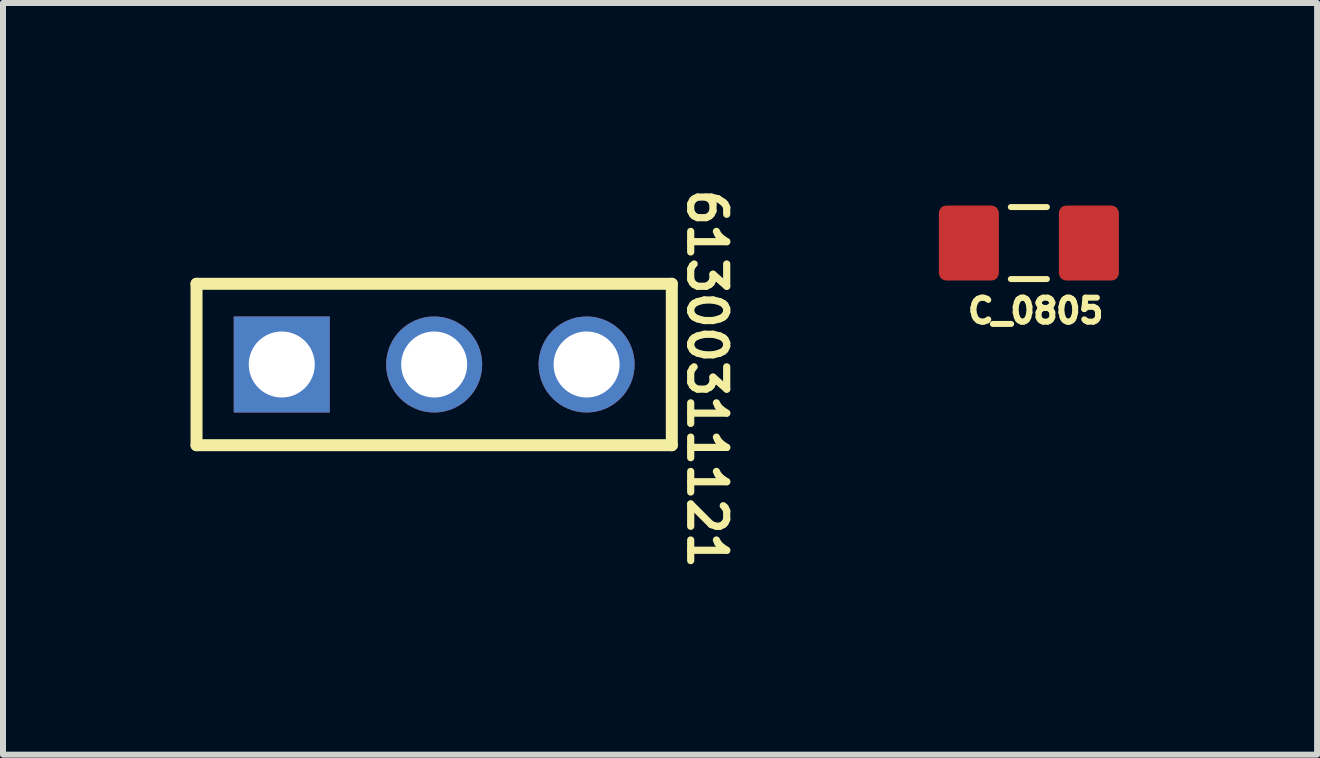
<source format=kicad_pcb>
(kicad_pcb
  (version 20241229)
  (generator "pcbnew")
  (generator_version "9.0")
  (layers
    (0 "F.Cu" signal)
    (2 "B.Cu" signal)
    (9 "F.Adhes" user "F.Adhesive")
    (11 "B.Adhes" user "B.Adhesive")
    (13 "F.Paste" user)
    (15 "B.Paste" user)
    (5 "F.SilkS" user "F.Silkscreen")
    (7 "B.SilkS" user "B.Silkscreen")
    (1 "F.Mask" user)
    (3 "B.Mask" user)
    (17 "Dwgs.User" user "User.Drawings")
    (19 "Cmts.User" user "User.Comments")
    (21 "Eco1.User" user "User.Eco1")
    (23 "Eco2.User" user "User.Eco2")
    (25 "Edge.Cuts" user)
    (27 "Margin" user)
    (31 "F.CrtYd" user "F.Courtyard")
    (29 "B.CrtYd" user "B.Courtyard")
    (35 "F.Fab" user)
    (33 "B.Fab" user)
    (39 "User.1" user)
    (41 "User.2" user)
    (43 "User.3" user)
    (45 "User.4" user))
  (footprint "61300311121"
    (layer "F.Cu")
    (at 4.185 3.024)
    (property "Reference" "61300311121" (at 4.546 0.239 270) (unlocked yes) (layer "F.SilkS") (effects (font (size 0.6 0.6) (thickness 0.12))))
    (fp_line (start -3.96 -1.345) (end 3.96 -1.345) (stroke (width 0.2) (type solid)) (layer "F.SilkS"))
    (fp_line (start -3.96 1.345) (end -3.96 -1.345) (stroke (width 0.2) (type solid)) (layer "F.SilkS"))
    (fp_line (start -3.96 1.345) (end 3.96 1.345) (stroke (width 0.2) (type solid)) (layer "F.SilkS"))
    (fp_line (start 3.96 1.345) (end 3.96 -1.345) (stroke (width 0.2) (type solid)) (layer "F.SilkS"))
    (fp_line (start -4.16 -1.545) (end 4.16 -1.545) (stroke (width 0.05) (type solid)) (layer "User.2"))
    (fp_line (start -4.16 1.545) (end -4.16 -1.545) (stroke (width 0.05) (type solid)) (layer "User.2"))
    (fp_line (start -4.16 1.545) (end 4.16 1.545) (stroke (width 0.05) (type solid)) (layer "User.2"))
    (fp_line (start 4.16 1.545) (end 4.16 -1.545) (stroke (width 0.05) (type solid)) (layer "User.2"))
    (fp_line (start -0.5 0) (end 0.5 0) (stroke (width 0.05) (type solid)) (layer "User.3"))
    (fp_line (start 0 0.5) (end 0 -0.5) (stroke (width 0.05) (type solid)) (layer "User.3"))
    (fp_line (start -3.81 -1.27) (end 3.81 -1.27) (stroke (width 0.1) (type solid)) (layer "User.11"))
    (fp_line (start -3.81 1.27) (end -3.81 -1.27) (stroke (width 0.1) (type solid)) (layer "User.11"))
    (fp_line (start -3.81 1.27) (end 3.81 1.27) (stroke (width 0.1) (type solid)) (layer "User.11"))
    (fp_line (start 3.81 1.27) (end 3.81 -1.27) (stroke (width 0.1) (type solid)) (layer "User.11"))
    (pad "1" thru_hole rect (at -2.54 0) (size 1.6 1.6) (drill 1.1) (layers "*.Cu" "*.Mask"))
    (pad "2" thru_hole circle (at 0 0) (size 1.6 1.6) (drill 1.1) (layers "*.Cu" "*.Mask"))
    (pad "3" thru_hole circle (at 2.54 0) (size 1.6 1.6) (drill 1.1) (layers "*.Cu" "*.Mask")))
  (footprint "C_0805"
    (layer "F.Cu")
    (at 14.095 1)
    (property "Reference" "C_0805" (at 0.114 1.13 0) (unlocked yes) (layer "F.SilkS") (effects (font (size 0.4 0.4) (thickness 0.1))))
    (fp_line (start -0.3 -0.6) (end 0.3 -0.6) (stroke (width 0.1) (type solid)) (layer "F.SilkS"))
    (fp_line (start -0.3 0.6) (end 0.3 0.6) (stroke (width 0.1) (type solid)) (layer "F.SilkS"))
    (fp_line (start -1.778 -0.975) (end -1.778 0.975) (stroke (width 0.05) (type solid)) (layer "User.2"))
    (fp_line (start -1.778 -0.975) (end 1.778 -0.975) (stroke (width 0.05) (type solid)) (layer "User.2"))
    (fp_line (start -1.778 0.975) (end 1.778 0.975) (stroke (width 0.05) (type solid)) (layer "User.2"))
    (fp_line (start 1.778 -0.975) (end 1.778 0.975) (stroke (width 0.05) (type solid)) (layer "User.2"))
    (fp_line (start -0.5 0) (end 0.5 0) (stroke (width 0.1) (type solid)) (layer "User.3"))
    (fp_line (start 0 -0.5) (end 0 0.5) (stroke (width 0.1) (type solid)) (layer "User.3"))
    (fp_line (start -1.1 -0.725) (end -1.1 0.725) (stroke (width 0.1) (type solid)) (layer "User.4"))
    (fp_line (start -1.1 -0.725) (end 1.1 -0.725) (stroke (width 0.1) (type solid)) (layer "User.4"))
    (fp_line (start -1.1 0.725) (end 1.1 0.725) (stroke (width 0.1) (type solid)) (layer "User.4"))
    (fp_line (start 1.1 -0.725) (end 1.1 0.725) (stroke (width 0.1) (type solid)) (layer "User.4"))
    (fp_poly (pts (xy -1.524 -0.635) (xy -0.508 -0.635) (xy -0.508 0.635) (xy -1.524 0.635)) (stroke (width 0.1) (type default)) (fill no) (layer "User.6"))
    (pad "1" smd roundrect (at -1 0 90) (size 1.25 1) (layers "F.Cu" "F.Mask" "F.Paste") (roundrect_rratio 0.125))
    (pad "2" smd roundrect (at 1 0 90) (size 1.25 1) (layers "F.Cu" "F.Mask" "F.Paste") (roundrect_rratio 0.125)))
  (gr_rect
    (start -3 -3)
    (end 18.898 9.526)
    (stroke (width 0.1) (type default))
    (fill no)
    (layer "Edge.Cuts")))
</source>
